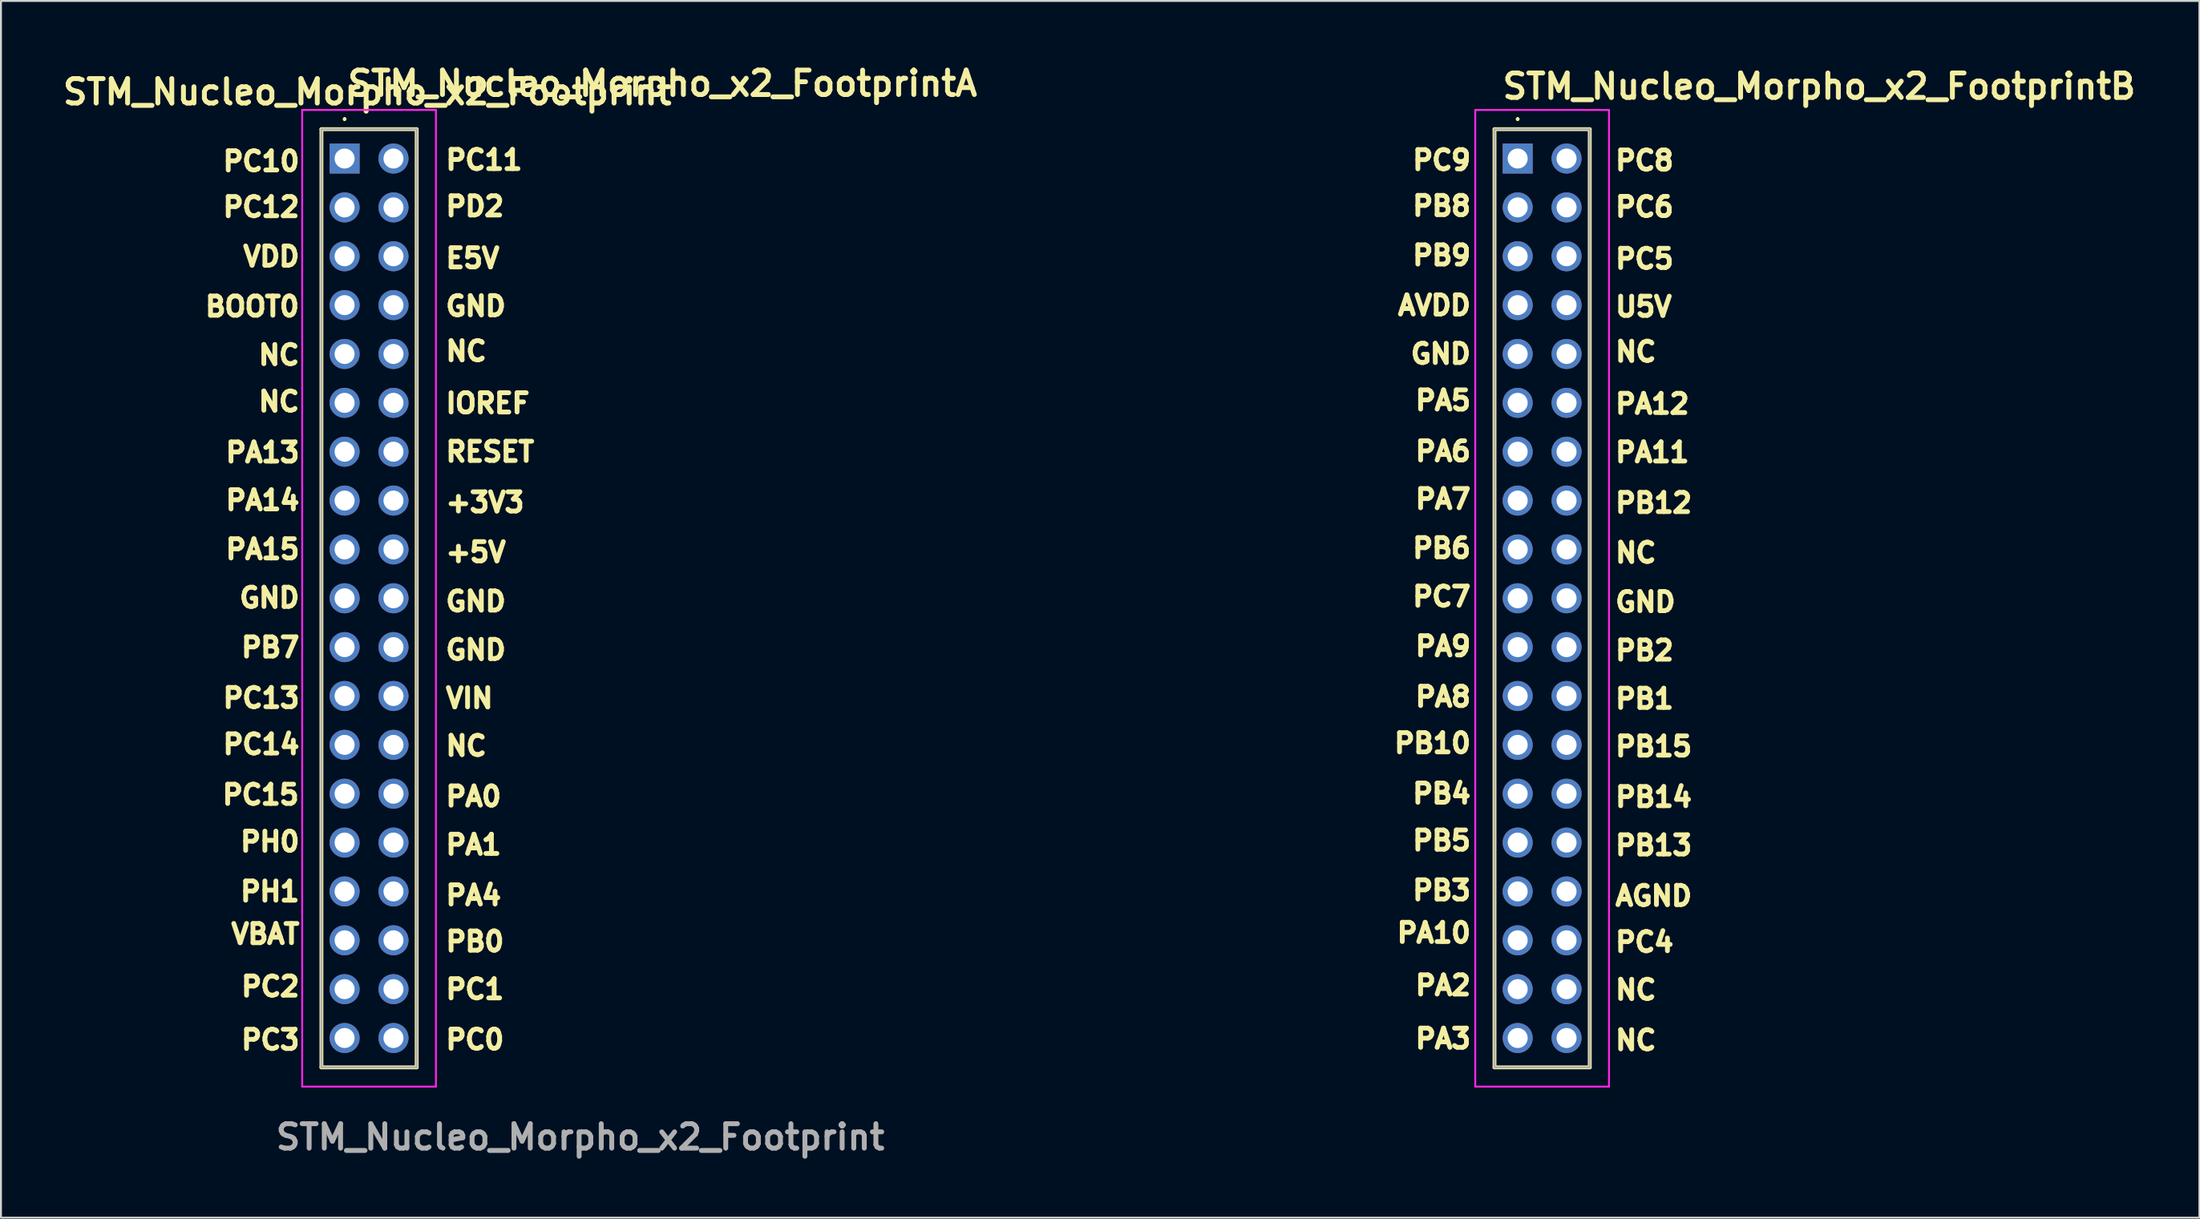
<source format=kicad_pcb>
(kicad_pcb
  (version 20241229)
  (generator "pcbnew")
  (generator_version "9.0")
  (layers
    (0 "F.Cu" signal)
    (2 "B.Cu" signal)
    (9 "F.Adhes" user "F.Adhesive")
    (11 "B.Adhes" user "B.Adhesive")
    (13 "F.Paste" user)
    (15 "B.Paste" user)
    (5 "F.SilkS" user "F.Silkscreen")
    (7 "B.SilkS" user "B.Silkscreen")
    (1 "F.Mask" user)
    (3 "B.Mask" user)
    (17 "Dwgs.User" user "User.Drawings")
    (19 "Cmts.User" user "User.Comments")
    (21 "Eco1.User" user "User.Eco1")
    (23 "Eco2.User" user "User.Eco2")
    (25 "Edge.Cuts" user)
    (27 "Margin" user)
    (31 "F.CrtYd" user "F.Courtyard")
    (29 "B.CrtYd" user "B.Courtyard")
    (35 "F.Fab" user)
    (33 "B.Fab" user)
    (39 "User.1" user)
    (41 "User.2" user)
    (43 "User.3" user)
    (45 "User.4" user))
  (footprint "STM_Nucleo_Morpho_x2_Footprint"
    (layer "F.Cu")
    (at 14.858 5.192)
    (property "Reference" "STM_Nucleo_Morpho_x2_Footprint" (at 1.18 -3.46 180) (layer "F.SilkS") (effects (font (size 1.27 1.27) (thickness 0.254))))
    (attr through_hole)
    (fp_line (start -1.205 -1.525) (end -1.205 47.245) (stroke (width 0.2) (type solid)) (layer "F.SilkS"))
    (fp_line (start -1.205 47.245) (end 3.745 47.245) (stroke (width 0.2) (type solid)) (layer "F.SilkS"))
    (fp_line (start 0 -2.1) (end 0 -2.1) (stroke (width 0.1) (type solid)) (layer "F.SilkS"))
    (fp_line (start 0 -2) (end 0 -2) (stroke (width 0.1) (type solid)) (layer "F.SilkS"))
    (fp_line (start 3.745 -1.525) (end -1.205 -1.525) (stroke (width 0.2) (type solid)) (layer "F.SilkS"))
    (fp_line (start 3.745 47.245) (end 3.745 -1.525) (stroke (width 0.2) (type solid)) (layer "F.SilkS"))
    (fp_line (start 59.755 -1.525) (end 59.755 47.245) (stroke (width 0.2) (type solid)) (layer "F.SilkS"))
    (fp_line (start 59.755 47.245) (end 64.705 47.245) (stroke (width 0.2) (type solid)) (layer "F.SilkS"))
    (fp_line (start 60.96 -2.1) (end 60.96 -2.1) (stroke (width 0.1) (type solid)) (layer "F.SilkS"))
    (fp_line (start 60.96 -2) (end 60.96 -2) (stroke (width 0.1) (type solid)) (layer "F.SilkS"))
    (fp_line (start 64.705 -1.525) (end 59.755 -1.525) (stroke (width 0.2) (type solid)) (layer "F.SilkS"))
    (fp_line (start 64.705 47.245) (end 64.705 -1.525) (stroke (width 0.2) (type solid)) (layer "F.SilkS"))
    (fp_arc (start 0 -2.1) (mid 0.05 -2.05) (end 0 -2) (stroke (width 0.1) (type solid)) (layer "F.SilkS"))
    (fp_arc (start 0 -2) (mid -0.05 -2.05) (end 0 -2.1) (stroke (width 0.1) (type solid)) (layer "F.SilkS"))
    (fp_arc (start 60.96 -2.1) (mid 61.01 -2.05) (end 60.96 -2) (stroke (width 0.1) (type solid)) (layer "F.SilkS"))
    (fp_arc (start 60.96 -2) (mid 60.91 -2.05) (end 60.96 -2.1) (stroke (width 0.1) (type solid)) (layer "F.SilkS"))
    (fp_line (start -2.205 -2.525) (end -2.205 48.245) (stroke (width 0.1) (type solid)) (layer "F.CrtYd"))
    (fp_line (start -2.205 48.245) (end 4.745 48.245) (stroke (width 0.1) (type solid)) (layer "F.CrtYd"))
    (fp_line (start 4.745 -2.525) (end -2.205 -2.525) (stroke (width 0.1) (type solid)) (layer "F.CrtYd"))
    (fp_line (start 4.745 48.245) (end 4.745 -2.525) (stroke (width 0.1) (type solid)) (layer "F.CrtYd"))
    (fp_line (start 58.755 -2.525) (end 58.755 48.245) (stroke (width 0.1) (type solid)) (layer "F.CrtYd"))
    (fp_line (start 58.755 48.245) (end 65.705 48.245) (stroke (width 0.1) (type solid)) (layer "F.CrtYd"))
    (fp_line (start 65.705 -2.525) (end 58.755 -2.525) (stroke (width 0.1) (type solid)) (layer "F.CrtYd"))
    (fp_line (start 65.705 48.245) (end 65.705 -2.525) (stroke (width 0.1) (type solid)) (layer "F.CrtYd"))
    (fp_line (start -1.205 -1.525) (end -1.205 47.245) (stroke (width 0.1) (type solid)) (layer "F.Fab"))
    (fp_line (start -1.205 47.245) (end 3.745 47.245) (stroke (width 0.1) (type solid)) (layer "F.Fab"))
    (fp_line (start 3.745 -1.525) (end -1.205 -1.525) (stroke (width 0.1) (type solid)) (layer "F.Fab"))
    (fp_line (start 3.745 47.245) (end 3.745 -1.525) (stroke (width 0.1) (type solid)) (layer "F.Fab"))
    (fp_line (start 59.755 -1.525) (end 59.755 47.245) (stroke (width 0.1) (type solid)) (layer "F.Fab"))
    (fp_line (start 59.755 47.245) (end 64.705 47.245) (stroke (width 0.1) (type solid)) (layer "F.Fab"))
    (fp_line (start 64.705 -1.525) (end 59.755 -1.525) (stroke (width 0.1) (type solid)) (layer "F.Fab"))
    (fp_line (start 64.705 47.245) (end 64.705 -1.525) (stroke (width 0.1) (type solid)) (layer "F.Fab"))
    (fp_text user "+3V3" (at 5.13 18.46 0) (unlocked yes) (layer "F.SilkS") (effects (font (size 1 1) (thickness 0.25)) (justify left bottom)))
    (fp_text user "AVDD" (at 54.608 8.22 0) (unlocked yes) (layer "F.SilkS") (effects (font (size 1 1) (thickness 0.25)) (justify left bottom)))
    (fp_text user "PH1" (at -5.545 38.69 0) (unlocked yes) (layer "F.SilkS") (effects (font (size 1 1) (thickness 0.25)) (justify left bottom)))
    (fp_text user "PA8" (at 55.513 28.57 0) (unlocked yes) (layer "F.SilkS") (effects (font (size 1 1) (thickness 0.25)) (justify left bottom)))
    (fp_text user "AGND" (at 65.91 38.92 0) (unlocked yes) (layer "F.SilkS") (effects (font (size 1 1) (thickness 0.25)) (justify left bottom)))
    (fp_text user "PA3" (at 55.513 46.34 0) (unlocked yes) (layer "F.SilkS") (effects (font (size 1 1) (thickness 0.25)) (justify left bottom)))
    (fp_text user "PB15" (at 65.91 31.15 0) (unlocked yes) (layer "F.SilkS") (effects (font (size 1 1) (thickness 0.25)) (justify left bottom)))
    (fp_text user "PC4" (at 65.91 41.32 0) (unlocked yes) (layer "F.SilkS") (effects (font (size 1 1) (thickness 0.25)) (justify left bottom)))
    (fp_text user "NC" (at 5.13 31.12 0) (unlocked yes) (layer "F.SilkS") (effects (font (size 1 1) (thickness 0.25)) (justify left bottom)))
    (fp_text user "PA2" (at 55.513 43.57 0) (unlocked yes) (layer "F.SilkS") (effects (font (size 1 1) (thickness 0.25)) (justify left bottom)))
    (fp_text user "PA0" (at 5.13 33.75 0) (unlocked yes) (layer "F.SilkS") (effects (font (size 1 1) (thickness 0.25)) (justify left bottom)))
    (fp_text user "E5V" (at 5.13 5.77 0) (unlocked yes) (layer "F.SilkS") (effects (font (size 1 1) (thickness 0.25)) (justify left bottom)))
    (fp_text user "VDD" (at -5.402 5.68 0) (unlocked yes) (layer "F.SilkS") (effects (font (size 1 1) (thickness 0.25)) (justify left bottom)))
    (fp_text user "NC" (at 5.13 10.6 0) (unlocked yes) (layer "F.SilkS") (effects (font (size 1 1) (thickness 0.25)) (justify left bottom)))
    (fp_text user "NC" (at -4.6 13.22 0) (unlocked yes) (layer "F.SilkS") (effects (font (size 1 1) (thickness 0.25)) (justify left bottom)))
    (fp_text user "GND" (at 5.13 26.13 0) (unlocked yes) (layer "F.SilkS") (effects (font (size 1 1) (thickness 0.25)) (justify left bottom)))
    (fp_text user "PC3" (at -5.498 46.4 0) (unlocked yes) (layer "F.SilkS") (effects (font (size 1 1) (thickness 0.25)) (justify left bottom)))
    (fp_text user "PA14" (at -6.307 18.35 0) (unlocked yes) (layer "F.SilkS") (effects (font (size 1 1) (thickness 0.25)) (justify left bottom)))
    (fp_text user "PB8" (at 55.37 3.05 0) (unlocked yes) (layer "F.SilkS") (effects (font (size 1 1) (thickness 0.25)) (justify left bottom)))
    (fp_text user "U5V" (at 65.91 8.29 0) (unlocked yes) (layer "F.SilkS") (effects (font (size 1 1) (thickness 0.25)) (justify left bottom)))
    (fp_text user "PA12" (at 65.91 13.34 0) (unlocked yes) (layer "F.SilkS") (effects (font (size 1 1) (thickness 0.25)) (justify left bottom)))
    (fp_text user "PC0" (at 5.13 46.39 0) (unlocked yes) (layer "F.SilkS") (effects (font (size 1 1) (thickness 0.25)) (justify left bottom)))
    (fp_text user "NC" (at 65.91 10.63 0) (unlocked yes) (layer "F.SilkS") (effects (font (size 1 1) (thickness 0.25)) (justify left bottom)))
    (fp_text user "PC12" (at -6.45 3.11 0) (unlocked yes) (layer "F.SilkS") (effects (font (size 1 1) (thickness 0.25)) (justify left bottom)))
    (fp_text user "PC7" (at 55.37 23.36 0) (unlocked yes) (layer "F.SilkS") (effects (font (size 1 1) (thickness 0.25)) (justify left bottom)))
    (fp_text user "${REFERENCE}B" (at 60.04 -3.01 0) (unlocked yes) (layer "F.SilkS") (effects (font (size 1.27 1.27) (thickness 0.254) (bold yes)) (justify left bottom)))
    (fp_text user "PB6" (at 55.37 20.84 0) (unlocked yes) (layer "F.SilkS") (effects (font (size 1 1) (thickness 0.25)) (justify left bottom)))
    (fp_text user "VIN" (at 5.13 28.64 0) (unlocked yes) (layer "F.SilkS") (effects (font (size 1 1) (thickness 0.25)) (justify left bottom)))
    (fp_text user "PB5" (at 55.37 36.04 0) (unlocked yes) (layer "F.SilkS") (effects (font (size 1 1) (thickness 0.25)) (justify left bottom)))
    (fp_text user "${REFERENCE}A" (at 0.02 -3.16 0) (unlocked yes) (layer "F.SilkS") (effects (font (size 1.27 1.27) (thickness 0.254) (bold yes)) (justify left bottom)))
    (fp_text user "PB2" (at 65.91 26.16 0) (unlocked yes) (layer "F.SilkS") (effects (font (size 1 1) (thickness 0.25)) (justify left bottom)))
    (fp_text user "PB4" (at 55.37 33.6 0) (unlocked yes) (layer "F.SilkS") (effects (font (size 1 1) (thickness 0.25)) (justify left bottom)))
    (fp_text user "PC1" (at 5.13 43.77 0) (unlocked yes) (layer "F.SilkS") (effects (font (size 1 1) (thickness 0.25)) (justify left bottom)))
    (fp_text user "NC" (at 65.91 21.08 0) (unlocked yes) (layer "F.SilkS") (effects (font (size 1 1) (thickness 0.25)) (justify left bottom)))
    (fp_text user "PA11" (at 65.91 15.86 0) (unlocked yes) (layer "F.SilkS") (effects (font (size 1 1) (thickness 0.25)) (justify left bottom)))
    (fp_text user "PC8" (at 65.91 0.69 0) (unlocked yes) (layer "F.SilkS") (effects (font (size 1 1) (thickness 0.25)) (justify left bottom)))
    (fp_text user "PB1" (at 65.91 28.67 0) (unlocked yes) (layer "F.SilkS") (effects (font (size 1 1) (thickness 0.25)) (justify left bottom)))
    (fp_text user "PA10" (at 54.56 40.84 0) (unlocked yes) (layer "F.SilkS") (effects (font (size 1 1) (thickness 0.25)) (justify left bottom)))
    (fp_text user "PA7" (at 55.513 18.29 0) (unlocked yes) (layer "F.SilkS") (effects (font (size 1 1) (thickness 0.25)) (justify left bottom)))
    (fp_text user "PA1" (at 5.13 36.26 0) (unlocked yes) (layer "F.SilkS") (effects (font (size 1 1) (thickness 0.25)) (justify left bottom)))
    (fp_text user "IOREF" (at 5.13 13.31 0) (unlocked yes) (layer "F.SilkS") (effects (font (size 1 1) (thickness 0.25)) (justify left bottom)))
    (fp_text user "PA15" (at -6.307 20.9 0) (unlocked yes) (layer "F.SilkS") (effects (font (size 1 1) (thickness 0.25)) (justify left bottom)))
    (fp_text user "VBAT" (at -6.021 40.9 0) (unlocked yes) (layer "F.SilkS") (effects (font (size 1 1) (thickness 0.25)) (justify left bottom)))
    (fp_text user "PA5" (at 55.513 13.16 0) (unlocked yes) (layer "F.SilkS") (effects (font (size 1 1) (thickness 0.25)) (justify left bottom)))
    (fp_text user "PB3" (at 55.37 38.63 0) (unlocked yes) (layer "F.SilkS") (effects (font (size 1 1) (thickness 0.25)) (justify left bottom)))
    (fp_text user "PC11" (at 5.13 0.66 0) (unlocked yes) (layer "F.SilkS") (effects (font (size 1 1) (thickness 0.25)) (justify left bottom)))
    (fp_text user "PC13" (at -6.45 28.63 0) (unlocked yes) (layer "F.SilkS") (effects (font (size 1 1) (thickness 0.25)) (justify left bottom)))
    (fp_text user "GND" (at 5.13 23.61 0) (unlocked yes) (layer "F.SilkS") (effects (font (size 1 1) (thickness 0.25)) (justify left bottom)))
    (fp_text user "PA6" (at 55.513 15.806 0) (unlocked yes) (layer "F.SilkS") (effects (font (size 1 1) (thickness 0.25)) (justify left bottom)))
    (fp_text user "GND" (at 5.13 8.26 0) (unlocked yes) (layer "F.SilkS") (effects (font (size 1 1) (thickness 0.25)) (justify left bottom)))
    (fp_text user "PB9" (at 55.37 5.62 0) (unlocked yes) (layer "F.SilkS") (effects (font (size 1 1) (thickness 0.25)) (justify left bottom)))
    (fp_text user "PB10" (at 54.418 30.98 0) (unlocked yes) (layer "F.SilkS") (effects (font (size 1 1) (thickness 0.25)) (justify left bottom)))
    (fp_text user "PA13" (at -6.307 15.866 0) (unlocked yes) (layer "F.SilkS") (effects (font (size 1 1) (thickness 0.25)) (justify left bottom)))
    (fp_text user "PA4" (at 5.13 38.89 0) (unlocked yes) (layer "F.SilkS") (effects (font (size 1 1) (thickness 0.25)) (justify left bottom)))
    (fp_text user "PB0" (at 5.13 41.29 0) (unlocked yes) (layer "F.SilkS") (effects (font (size 1 1) (thickness 0.25)) (justify left bottom)))
    (fp_text user "PB12" (at 65.91 18.49 0) (unlocked yes) (layer "F.SilkS") (effects (font (size 1 1) (thickness 0.25)) (justify left bottom)))
    (fp_text user "GND" (at -5.593 23.42 0) (unlocked yes) (layer "F.SilkS") (effects (font (size 1 1) (thickness 0.25)) (justify left bottom)))
    (fp_text user "PB13" (at 65.91 36.29 0) (unlocked yes) (layer "F.SilkS") (effects (font (size 1 1) (thickness 0.25)) (justify left bottom)))
    (fp_text user "GND" (at 65.91 23.64 0) (unlocked yes) (layer "F.SilkS") (effects (font (size 1 1) (thickness 0.25)) (justify left bottom)))
    (fp_text user "PC9" (at 55.37 0.67 0) (unlocked yes) (layer "F.SilkS") (effects (font (size 1 1) (thickness 0.25)) (justify left bottom)))
    (fp_text user "NC" (at -4.6 10.8 0) (unlocked yes) (layer "F.SilkS") (effects (font (size 1 1) (thickness 0.25)) (justify left bottom)))
    (fp_text user "PB7" (at -5.498 26 0) (unlocked yes) (layer "F.SilkS") (effects (font (size 1 1) (thickness 0.25)) (justify left bottom)))
    (fp_text user "PC2" (at -5.498 43.63 0) (unlocked yes) (layer "F.SilkS") (effects (font (size 1 1) (thickness 0.25)) (justify left bottom)))
    (fp_text user "PC6" (at 65.91 3.1 0) (unlocked yes) (layer "F.SilkS") (effects (font (size 1 1) (thickness 0.25)) (justify left bottom)))
    (fp_text user "PC15" (at -6.48 33.66 0) (unlocked yes) (layer "F.SilkS") (effects (font (size 1 1) (thickness 0.25)) (justify left bottom)))
    (fp_text user "GND" (at 55.275 10.74 0) (unlocked yes) (layer "F.SilkS") (effects (font (size 1 1) (thickness 0.25)) (justify left bottom)))
    (fp_text user "NC" (at 65.91 46.42 0) (unlocked yes) (layer "F.SilkS") (effects (font (size 1 1) (thickness 0.25)) (justify left bottom)))
    (fp_text user "+5V" (at 5.13 21.05 0) (unlocked yes) (layer "F.SilkS") (effects (font (size 1 1) (thickness 0.25)) (justify left bottom)))
    (fp_text user "BOOT0" (at -7.37 8.28 0) (unlocked yes) (layer "F.SilkS") (effects (font (size 1 1) (thickness 0.25)) (justify left bottom)))
    (fp_text user "PB14" (at 65.91 33.78 0) (unlocked yes) (layer "F.SilkS") (effects (font (size 1 1) (thickness 0.25)) (justify left bottom)))
    (fp_text user "PC5" (at 65.91 5.8 0) (unlocked yes) (layer "F.SilkS") (effects (font (size 1 1) (thickness 0.25)) (justify left bottom)))
    (fp_text user "NC" (at 65.91 43.8 0) (unlocked yes) (layer "F.SilkS") (effects (font (size 1 1) (thickness 0.25)) (justify left bottom)))
    (fp_text user "PD2" (at 5.13 3.07 0) (unlocked yes) (layer "F.SilkS") (effects (font (size 1 1) (thickness 0.25)) (justify left bottom)))
    (fp_text user "PH0" (at -5.545 36.1 0) (unlocked yes) (layer "F.SilkS") (effects (font (size 1 1) (thickness 0.25)) (justify left bottom)))
    (fp_text user "PA9" (at 55.513 25.94 0) (unlocked yes) (layer "F.SilkS") (effects (font (size 1 1) (thickness 0.25)) (justify left bottom)))
    (fp_text user "PC10" (at -6.45 0.73 0) (unlocked yes) (layer "F.SilkS") (effects (font (size 1 1) (thickness 0.254)) (justify left bottom)))
    (fp_text user "PC14" (at -6.45 31.04 0) (unlocked yes) (layer "F.SilkS") (effects (font (size 1 1) (thickness 0.25)) (justify left bottom)))
    (fp_text user "RESET" (at 5.13 15.83 0) (unlocked yes) (layer "F.SilkS") (effects (font (size 1 1) (thickness 0.25)) (justify left bottom)))
    (fp_text user "${REFERENCE}" (at 12.248 50.87 0) (layer "F.Fab") (effects (font (size 1.27 1.27) (thickness 0.254))))
    (pad "A1" thru_hole rect (at 0 0 270) (size 1.56 1.56) (drill 1.04) (layers "*.Cu" "*.Mask"))
    (pad "A2" thru_hole circle (at 2.54 0 270) (size 1.56 1.56) (drill 1.04) (layers "*.Cu" "*.Mask"))
    (pad "A3" thru_hole circle (at 0 2.54 270) (size 1.56 1.56) (drill 1.04) (layers "*.Cu" "*.Mask"))
    (pad "A4" thru_hole circle (at 2.54 2.54 270) (size 1.56 1.56) (drill 1.04) (layers "*.Cu" "*.Mask"))
    (pad "A5" thru_hole circle (at 0 5.08 270) (size 1.56 1.56) (drill 1.04) (layers "*.Cu" "*.Mask"))
    (pad "A6" thru_hole circle (at 2.54 5.08 270) (size 1.56 1.56) (drill 1.04) (layers "*.Cu" "*.Mask"))
    (pad "A7" thru_hole circle (at 0 7.62 270) (size 1.56 1.56) (drill 1.04) (layers "*.Cu" "*.Mask"))
    (pad "A8" thru_hole circle (at 2.54 7.62 270) (size 1.56 1.56) (drill 1.04) (layers "*.Cu" "*.Mask"))
    (pad "A9" thru_hole circle (at 0 10.16 270) (size 1.56 1.56) (drill 1.04) (layers "*.Cu" "*.Mask"))
    (pad "A10" thru_hole circle (at 2.54 10.16 270) (size 1.56 1.56) (drill 1.04) (layers "*.Cu" "*.Mask"))
    (pad "A11" thru_hole circle (at 0 12.7 270) (size 1.56 1.56) (drill 1.04) (layers "*.Cu" "*.Mask"))
    (pad "A12" thru_hole circle (at 2.54 12.7 270) (size 1.56 1.56) (drill 1.04) (layers "*.Cu" "*.Mask"))
    (pad "A13" thru_hole circle (at 0 15.24 270) (size 1.56 1.56) (drill 1.04) (layers "*.Cu" "*.Mask"))
    (pad "A14" thru_hole circle (at 2.54 15.24 270) (size 1.56 1.56) (drill 1.04) (layers "*.Cu" "*.Mask"))
    (pad "A15" thru_hole circle (at 0 17.78 270) (size 1.56 1.56) (drill 1.04) (layers "*.Cu" "*.Mask"))
    (pad "A16" thru_hole circle (at 2.54 17.78 270) (size 1.56 1.56) (drill 1.04) (layers "*.Cu" "*.Mask"))
    (pad "A17" thru_hole circle (at 0 20.32 270) (size 1.56 1.56) (drill 1.04) (layers "*.Cu" "*.Mask"))
    (pad "A18" thru_hole circle (at 2.54 20.32 270) (size 1.56 1.56) (drill 1.04) (layers "*.Cu" "*.Mask"))
    (pad "A19" thru_hole circle (at 0 22.86 270) (size 1.56 1.56) (drill 1.04) (layers "*.Cu" "*.Mask"))
    (pad "A20" thru_hole circle (at 2.54 22.86 270) (size 1.56 1.56) (drill 1.04) (layers "*.Cu" "*.Mask"))
    (pad "A21" thru_hole circle (at 0 25.4 270) (size 1.56 1.56) (drill 1.04) (layers "*.Cu" "*.Mask"))
    (pad "A22" thru_hole circle (at 2.54 25.4 270) (size 1.56 1.56) (drill 1.04) (layers "*.Cu" "*.Mask"))
    (pad "A23" thru_hole circle (at 0 27.94 270) (size 1.56 1.56) (drill 1.04) (layers "*.Cu" "*.Mask"))
    (pad "A24" thru_hole circle (at 2.54 27.94 270) (size 1.56 1.56) (drill 1.04) (layers "*.Cu" "*.Mask"))
    (pad "A25" thru_hole circle (at 0 30.48 270) (size 1.56 1.56) (drill 1.04) (layers "*.Cu" "*.Mask"))
    (pad "A26" thru_hole circle (at 2.54 30.48 270) (size 1.56 1.56) (drill 1.04) (layers "*.Cu" "*.Mask"))
    (pad "A27" thru_hole circle (at 0 33.02 270) (size 1.56 1.56) (drill 1.04) (layers "*.Cu" "*.Mask"))
    (pad "A28" thru_hole circle (at 2.54 33.02 270) (size 1.56 1.56) (drill 1.04) (layers "*.Cu" "*.Mask"))
    (pad "A29" thru_hole circle (at 0 35.56 270) (size 1.56 1.56) (drill 1.04) (layers "*.Cu" "*.Mask"))
    (pad "A30" thru_hole circle (at 2.54 35.56 270) (size 1.56 1.56) (drill 1.04) (layers "*.Cu" "*.Mask"))
    (pad "A31" thru_hole circle (at 0 38.1 270) (size 1.56 1.56) (drill 1.04) (layers "*.Cu" "*.Mask"))
    (pad "A32" thru_hole circle (at 2.54 38.1 270) (size 1.56 1.56) (drill 1.04) (layers "*.Cu" "*.Mask"))
    (pad "A33" thru_hole circle (at 0 40.64 270) (size 1.56 1.56) (drill 1.04) (layers "*.Cu" "*.Mask"))
    (pad "A34" thru_hole circle (at 2.54 40.64 270) (size 1.56 1.56) (drill 1.04) (layers "*.Cu" "*.Mask"))
    (pad "A35" thru_hole circle (at 0 43.18 270) (size 1.56 1.56) (drill 1.04) (layers "*.Cu" "*.Mask"))
    (pad "A36" thru_hole circle (at 2.54 43.18 270) (size 1.56 1.56) (drill 1.04) (layers "*.Cu" "*.Mask"))
    (pad "A37" thru_hole circle (at 0 45.72 270) (size 1.56 1.56) (drill 1.04) (layers "*.Cu" "*.Mask"))
    (pad "A38" thru_hole circle (at 2.54 45.72 270) (size 1.56 1.56) (drill 1.04) (layers "*.Cu" "*.Mask"))
    (pad "B1" thru_hole rect (at 60.96 0 270) (size 1.56 1.56) (drill 1.04) (layers "*.Cu" "*.Mask"))
    (pad "B2" thru_hole circle (at 63.5 0 270) (size 1.56 1.56) (drill 1.04) (layers "*.Cu" "*.Mask"))
    (pad "B3" thru_hole circle (at 60.96 2.54 270) (size 1.56 1.56) (drill 1.04) (layers "*.Cu" "*.Mask"))
    (pad "B4" thru_hole circle (at 63.5 2.54 270) (size 1.56 1.56) (drill 1.04) (layers "*.Cu" "*.Mask"))
    (pad "B5" thru_hole circle (at 60.96 5.08 270) (size 1.56 1.56) (drill 1.04) (layers "*.Cu" "*.Mask"))
    (pad "B6" thru_hole circle (at 63.5 5.08 270) (size 1.56 1.56) (drill 1.04) (layers "*.Cu" "*.Mask"))
    (pad "B7" thru_hole circle (at 60.96 7.62 270) (size 1.56 1.56) (drill 1.04) (layers "*.Cu" "*.Mask"))
    (pad "B8" thru_hole circle (at 63.5 7.62 270) (size 1.56 1.56) (drill 1.04) (layers "*.Cu" "*.Mask"))
    (pad "B9" thru_hole circle (at 60.96 10.16 270) (size 1.56 1.56) (drill 1.04) (layers "*.Cu" "*.Mask"))
    (pad "B10" thru_hole circle (at 63.5 10.16 270) (size 1.56 1.56) (drill 1.04) (layers "*.Cu" "*.Mask"))
    (pad "B11" thru_hole circle (at 60.96 12.7 270) (size 1.56 1.56) (drill 1.04) (layers "*.Cu" "*.Mask"))
    (pad "B12" thru_hole circle (at 63.5 12.7 270) (size 1.56 1.56) (drill 1.04) (layers "*.Cu" "*.Mask"))
    (pad "B13" thru_hole circle (at 60.96 15.24 270) (size 1.56 1.56) (drill 1.04) (layers "*.Cu" "*.Mask"))
    (pad "B14" thru_hole circle (at 63.5 15.24 270) (size 1.56 1.56) (drill 1.04) (layers "*.Cu" "*.Mask"))
    (pad "B15" thru_hole circle (at 60.96 17.78 270) (size 1.56 1.56) (drill 1.04) (layers "*.Cu" "*.Mask"))
    (pad "B16" thru_hole circle (at 63.5 17.78 270) (size 1.56 1.56) (drill 1.04) (layers "*.Cu" "*.Mask"))
    (pad "B17" thru_hole circle (at 60.96 20.32 270) (size 1.56 1.56) (drill 1.04) (layers "*.Cu" "*.Mask"))
    (pad "B18" thru_hole circle (at 63.5 20.32 270) (size 1.56 1.56) (drill 1.04) (layers "*.Cu" "*.Mask"))
    (pad "B19" thru_hole circle (at 60.96 22.86 270) (size 1.56 1.56) (drill 1.04) (layers "*.Cu" "*.Mask"))
    (pad "B20" thru_hole circle (at 63.5 22.86 270) (size 1.56 1.56) (drill 1.04) (layers "*.Cu" "*.Mask"))
    (pad "B21" thru_hole circle (at 60.96 25.4 270) (size 1.56 1.56) (drill 1.04) (layers "*.Cu" "*.Mask"))
    (pad "B22" thru_hole circle (at 63.5 25.4 270) (size 1.56 1.56) (drill 1.04) (layers "*.Cu" "*.Mask"))
    (pad "B23" thru_hole circle (at 60.96 27.94 270) (size 1.56 1.56) (drill 1.04) (layers "*.Cu" "*.Mask"))
    (pad "B24" thru_hole circle (at 63.5 27.94 270) (size 1.56 1.56) (drill 1.04) (layers "*.Cu" "*.Mask"))
    (pad "B25" thru_hole circle (at 60.96 30.48 270) (size 1.56 1.56) (drill 1.04) (layers "*.Cu" "*.Mask"))
    (pad "B26" thru_hole circle (at 63.5 30.48 270) (size 1.56 1.56) (drill 1.04) (layers "*.Cu" "*.Mask"))
    (pad "B27" thru_hole circle (at 60.96 33.02 270) (size 1.56 1.56) (drill 1.04) (layers "*.Cu" "*.Mask"))
    (pad "B28" thru_hole circle (at 63.5 33.02 270) (size 1.56 1.56) (drill 1.04) (layers "*.Cu" "*.Mask"))
    (pad "B29" thru_hole circle (at 60.96 35.56 270) (size 1.56 1.56) (drill 1.04) (layers "*.Cu" "*.Mask"))
    (pad "B30" thru_hole circle (at 63.5 35.56 270) (size 1.56 1.56) (drill 1.04) (layers "*.Cu" "*.Mask"))
    (pad "B31" thru_hole circle (at 60.96 38.1 270) (size 1.56 1.56) (drill 1.04) (layers "*.Cu" "*.Mask"))
    (pad "B32" thru_hole circle (at 63.5 38.1 270) (size 1.56 1.56) (drill 1.04) (layers "*.Cu" "*.Mask"))
    (pad "B33" thru_hole circle (at 60.96 40.64 270) (size 1.56 1.56) (drill 1.04) (layers "*.Cu" "*.Mask"))
    (pad "B34" thru_hole circle (at 63.5 40.64 270) (size 1.56 1.56) (drill 1.04) (layers "*.Cu" "*.Mask"))
    (pad "B35" thru_hole circle (at 60.96 43.18 270) (size 1.56 1.56) (drill 1.04) (layers "*.Cu" "*.Mask"))
    (pad "B36" thru_hole circle (at 63.5 43.18 270) (size 1.56 1.56) (drill 1.04) (layers "*.Cu" "*.Mask"))
    (pad "B37" thru_hole circle (at 60.96 45.72 270) (size 1.56 1.56) (drill 1.04) (layers "*.Cu" "*.Mask"))
    (pad "B38" thru_hole circle (at 63.5 45.72 270) (size 1.56 1.56) (drill 1.04) (layers "*.Cu" "*.Mask")))
  (gr_rect
    (start -3 -3)
    (end 111.245 60.251)
    (stroke (width 0.1) (type default))
    (fill no)
    (layer "Edge.Cuts")))
</source>
